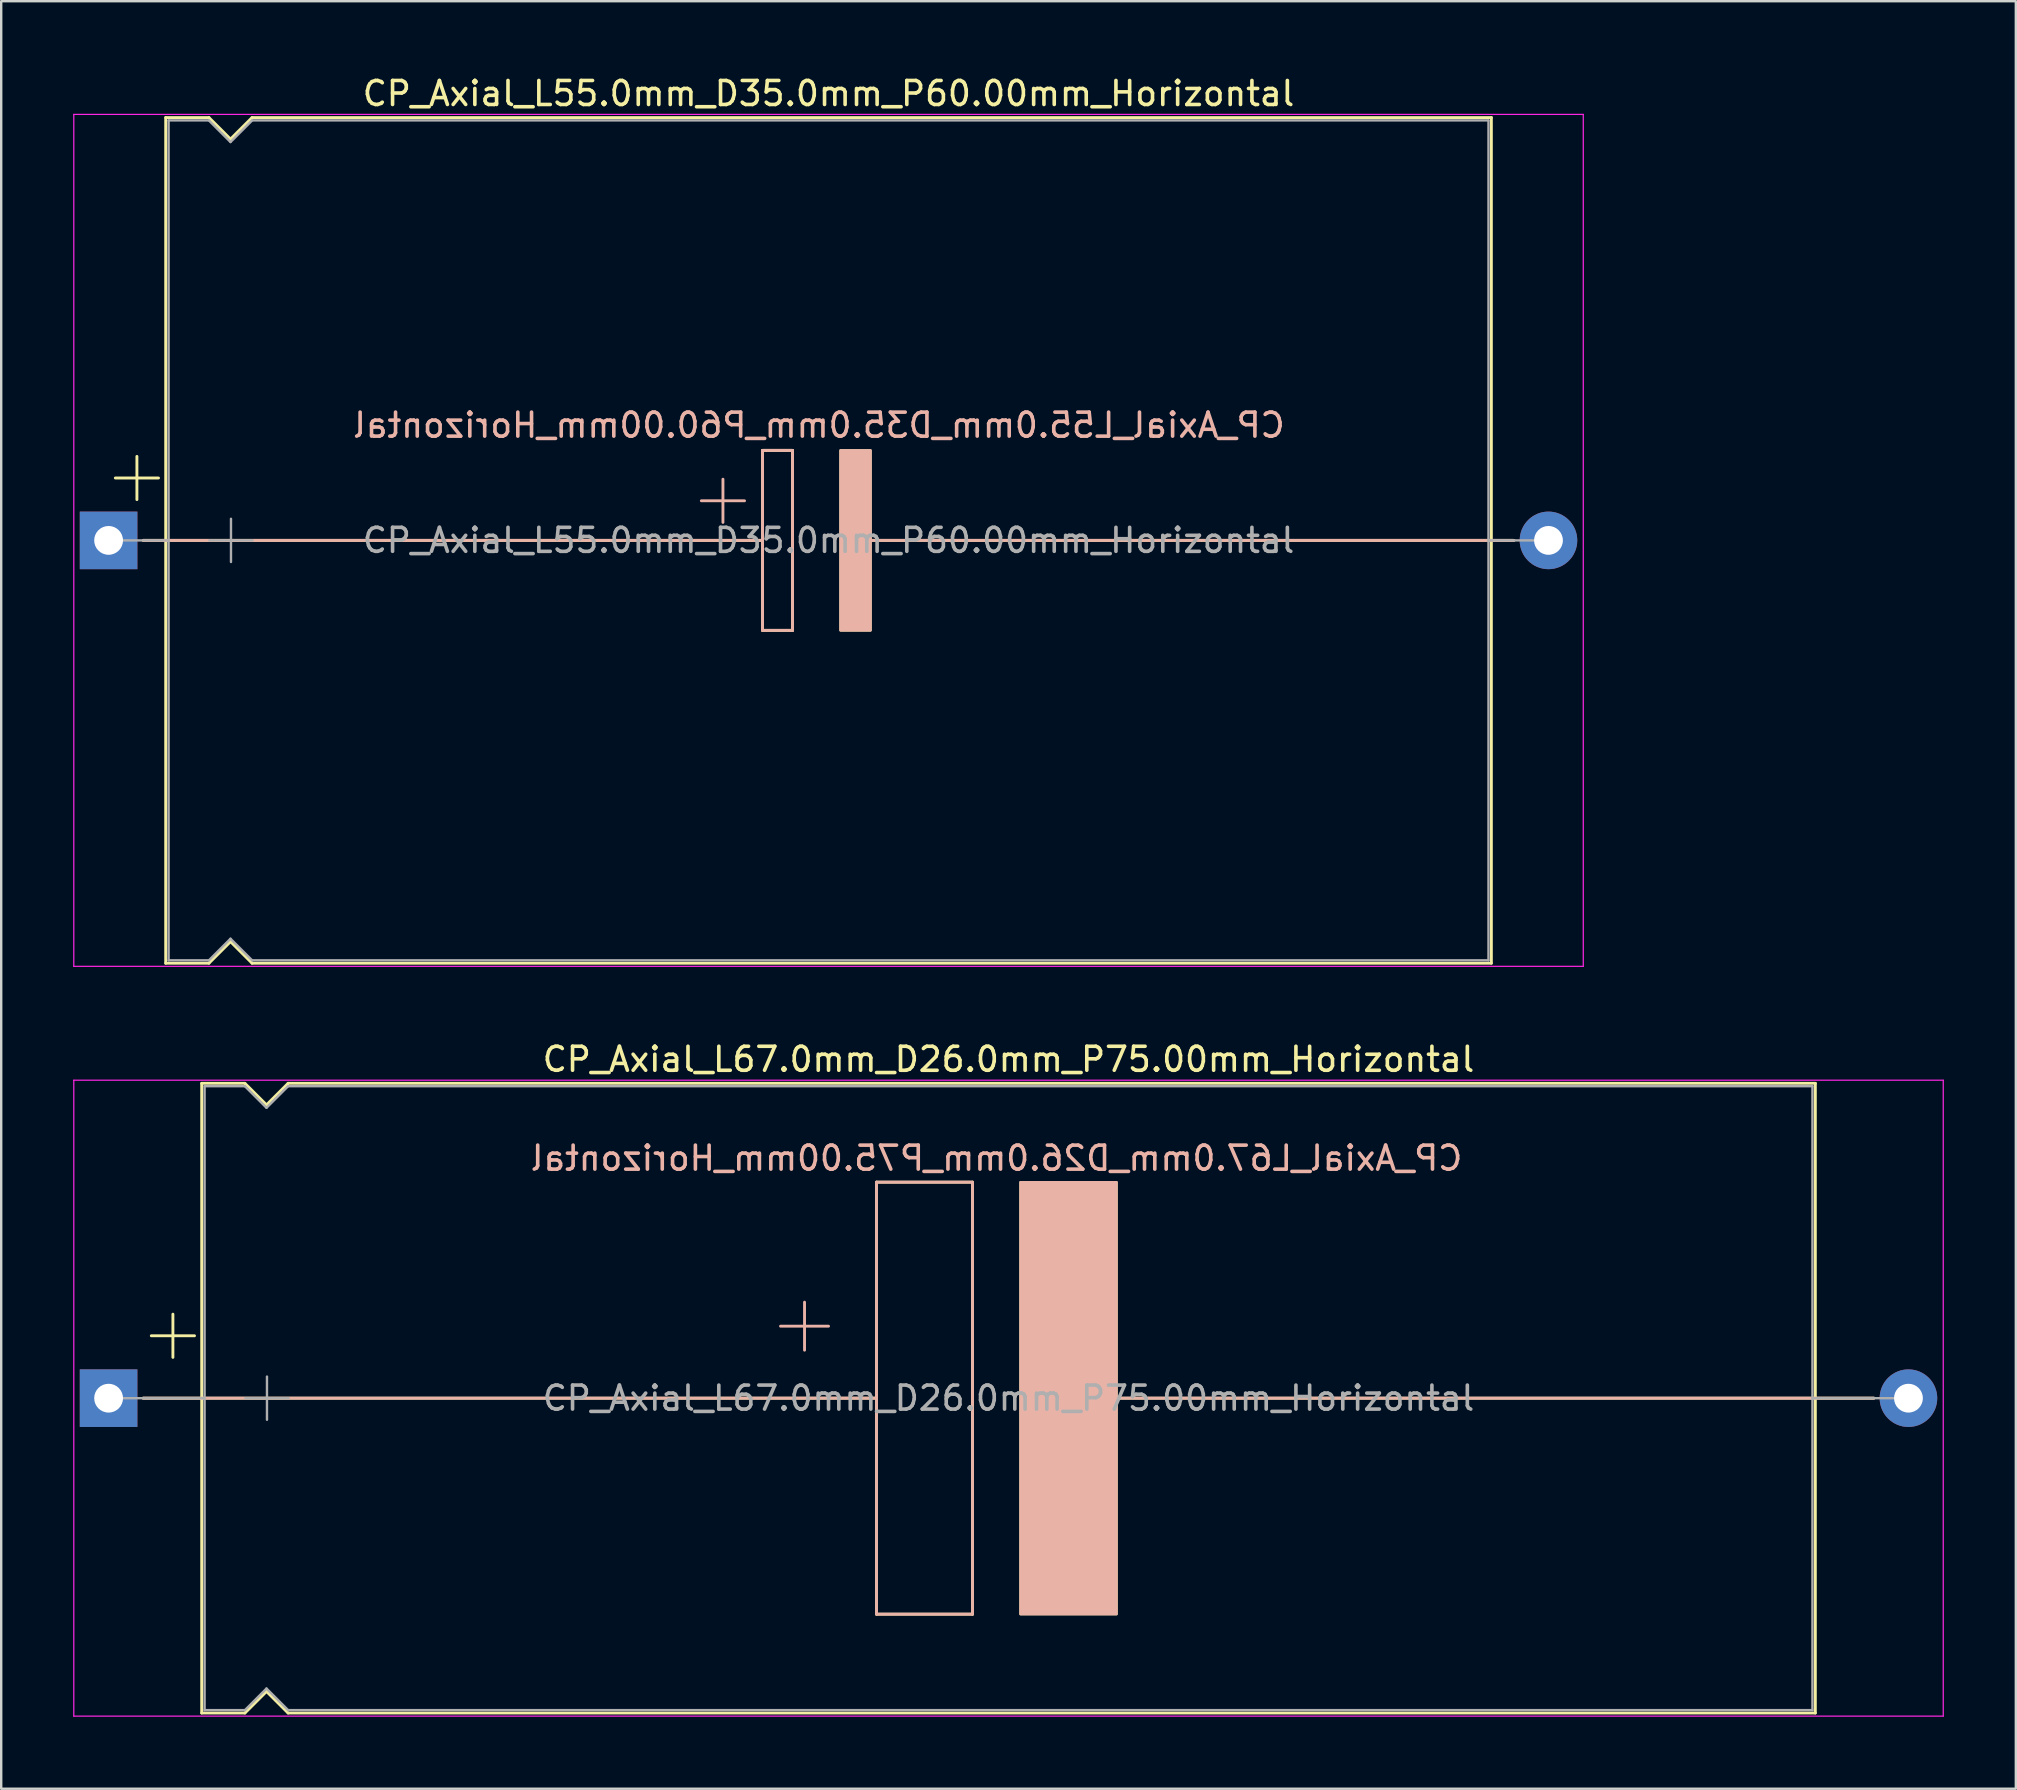
<source format=kicad_pcb>
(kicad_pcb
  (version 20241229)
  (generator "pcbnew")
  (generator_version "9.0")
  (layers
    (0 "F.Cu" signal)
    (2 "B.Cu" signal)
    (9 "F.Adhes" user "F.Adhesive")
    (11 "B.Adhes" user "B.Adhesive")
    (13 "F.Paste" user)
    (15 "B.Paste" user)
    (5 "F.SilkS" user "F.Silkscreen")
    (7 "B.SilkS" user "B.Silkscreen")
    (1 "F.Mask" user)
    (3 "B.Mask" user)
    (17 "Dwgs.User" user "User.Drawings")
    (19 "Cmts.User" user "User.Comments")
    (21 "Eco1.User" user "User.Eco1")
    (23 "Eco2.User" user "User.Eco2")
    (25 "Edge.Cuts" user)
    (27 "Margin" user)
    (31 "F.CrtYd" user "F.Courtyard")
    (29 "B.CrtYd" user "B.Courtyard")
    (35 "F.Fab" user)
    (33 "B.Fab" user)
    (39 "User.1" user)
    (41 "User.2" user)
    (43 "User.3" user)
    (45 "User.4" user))
  (footprint "CP_Axial_L67.0mm_D26.0mm_P75.00mm_Horizontal"
    (layer "F.Cu")
    (at 1.475 55.212)
    (property "Reference" "CP_Axial_L67.0mm_D26.0mm_P75.00mm_Horizontal" (at 37.5 -14.12 0) (layer "F.SilkS") (effects (font (size 1 1) (thickness 0.15))))
    (fp_line (start 1.44 0) (end 3.88 0) (stroke (width 0.12) (type solid)) (layer "F.SilkS"))
    (fp_line (start 1.78 -2.6) (end 3.58 -2.6) (stroke (width 0.12) (type solid)) (layer "F.SilkS"))
    (fp_line (start 2.68 -3.5) (end 2.68 -1.7) (stroke (width 0.12) (type solid)) (layer "F.SilkS"))
    (fp_line (start 3.88 -13.12) (end 3.88 13.12) (stroke (width 0.12) (type solid)) (layer "F.SilkS"))
    (fp_line (start 3.88 -13.12) (end 5.68 -13.12) (stroke (width 0.12) (type solid)) (layer "F.SilkS"))
    (fp_line (start 3.88 0) (end 32 0) (stroke (width 0.12) (type solid)) (layer "F.SilkS"))
    (fp_line (start 3.88 13.12) (end 5.68 13.12) (stroke (width 0.12) (type solid)) (layer "F.SilkS"))
    (fp_line (start 5.68 -13.12) (end 6.58 -12.22) (stroke (width 0.12) (type solid)) (layer "F.SilkS"))
    (fp_line (start 5.68 13.12) (end 6.58 12.22) (stroke (width 0.12) (type solid)) (layer "F.SilkS"))
    (fp_line (start 6.58 -12.22) (end 7.48 -13.12) (stroke (width 0.12) (type solid)) (layer "F.SilkS"))
    (fp_line (start 6.58 12.22) (end 7.48 13.12) (stroke (width 0.12) (type solid)) (layer "F.SilkS"))
    (fp_line (start 7.48 -13.12) (end 71.12 -13.12) (stroke (width 0.12) (type solid)) (layer "F.SilkS"))
    (fp_line (start 7.48 13.12) (end 71.12 13.12) (stroke (width 0.12) (type solid)) (layer "F.SilkS"))
    (fp_line (start 32 -9) (end 36 -9) (stroke (width 0.12) (type solid)) (layer "F.SilkS"))
    (fp_line (start 32 9) (end 32 -9) (stroke (width 0.12) (type solid)) (layer "F.SilkS"))
    (fp_line (start 36 -9) (end 36 9) (stroke (width 0.12) (type solid)) (layer "F.SilkS"))
    (fp_line (start 36 9) (end 32 9) (stroke (width 0.12) (type solid)) (layer "F.SilkS"))
    (fp_line (start 42 0) (end 71.12 0) (stroke (width 0.12) (type solid)) (layer "F.SilkS"))
    (fp_line (start 71.12 -13.12) (end 71.12 13.12) (stroke (width 0.12) (type solid)) (layer "F.SilkS"))
    (fp_line (start 73.56 0) (end 71.12 0) (stroke (width 0.12) (type solid)) (layer "F.SilkS"))
    (fp_poly (pts (xy 42 9) (xy 38 9) (xy 38 -9) (xy 42 -9)) (stroke (width 0.1) (type solid)) (fill yes) (layer "F.SilkS"))
    (fp_line (start 1.44 0) (end 3.88 0) (stroke (width 0.12) (type solid)) (layer "B.SilkS"))
    (fp_line (start 3.88 0) (end 32 0) (stroke (width 0.12) (type solid)) (layer "B.SilkS"))
    (fp_line (start 29 -2) (end 29 -4) (stroke (width 0.12) (type solid)) (layer "B.SilkS"))
    (fp_line (start 30 -3) (end 28 -3) (stroke (width 0.12) (type solid)) (layer "B.SilkS"))
    (fp_line (start 32 -9) (end 36 -9) (stroke (width 0.12) (type solid)) (layer "B.SilkS"))
    (fp_line (start 32 9) (end 32 -9) (stroke (width 0.12) (type solid)) (layer "B.SilkS"))
    (fp_line (start 36 -9) (end 36 9) (stroke (width 0.12) (type solid)) (layer "B.SilkS"))
    (fp_line (start 36 9) (end 32 9) (stroke (width 0.12) (type solid)) (layer "B.SilkS"))
    (fp_line (start 42 0) (end 71.12 0) (stroke (width 0.12) (type solid)) (layer "B.SilkS"))
    (fp_line (start 73.56 0) (end 71.12 0) (stroke (width 0.12) (type solid)) (layer "B.SilkS"))
    (fp_poly (pts (xy 42 9) (xy 38 9) (xy 38 -9) (xy 42 -9)) (stroke (width 0.1) (type solid)) (fill yes) (layer "B.SilkS"))
    (fp_line (start -1.45 -13.25) (end -1.45 13.25) (stroke (width 0.05) (type solid)) (layer "F.CrtYd"))
    (fp_line (start -1.45 13.25) (end 76.45 13.25) (stroke (width 0.05) (type solid)) (layer "F.CrtYd"))
    (fp_line (start 76.45 -13.25) (end -1.45 -13.25) (stroke (width 0.05) (type solid)) (layer "F.CrtYd"))
    (fp_line (start 76.45 13.25) (end 76.45 -13.25) (stroke (width 0.05) (type solid)) (layer "F.CrtYd"))
    (fp_line (start 0 0) (end 4 0) (stroke (width 0.1) (type solid)) (layer "F.Fab"))
    (fp_line (start 4 -13) (end 4 13) (stroke (width 0.1) (type solid)) (layer "F.Fab"))
    (fp_line (start 4 -13) (end 5.68 -13) (stroke (width 0.1) (type solid)) (layer "F.Fab"))
    (fp_line (start 4 13) (end 5.68 13) (stroke (width 0.1) (type solid)) (layer "F.Fab"))
    (fp_line (start 5.68 -13) (end 6.58 -12.1) (stroke (width 0.1) (type solid)) (layer "F.Fab"))
    (fp_line (start 5.68 13) (end 6.58 12.1) (stroke (width 0.1) (type solid)) (layer "F.Fab"))
    (fp_line (start 5.7 0) (end 7.5 0) (stroke (width 0.1) (type solid)) (layer "F.Fab"))
    (fp_line (start 6.58 -12.1) (end 7.48 -13) (stroke (width 0.1) (type solid)) (layer "F.Fab"))
    (fp_line (start 6.58 12.1) (end 7.48 13) (stroke (width 0.1) (type solid)) (layer "F.Fab"))
    (fp_line (start 6.6 -0.9) (end 6.6 0.9) (stroke (width 0.1) (type solid)) (layer "F.Fab"))
    (fp_line (start 7.48 -13) (end 71 -13) (stroke (width 0.1) (type solid)) (layer "F.Fab"))
    (fp_line (start 7.48 13) (end 71 13) (stroke (width 0.1) (type solid)) (layer "F.Fab"))
    (fp_line (start 71 -13) (end 71 13) (stroke (width 0.1) (type solid)) (layer "F.Fab"))
    (fp_line (start 75 0) (end 71 0) (stroke (width 0.1) (type solid)) (layer "F.Fab"))
    (fp_text user "${REFERENCE}" (at 37 -10 0) (layer "B.SilkS") (effects (font (size 1 1) (thickness 0.15)) (justify mirror)))
    (fp_text user "${REFERENCE}" (at 37.5 0 0) (layer "F.Fab") (effects (font (size 1 1) (thickness 0.15))))
    (pad "1" thru_hole rect (at 0 0) (size 2.4 2.4) (drill 1.2) (layers "*.Cu" "*.Mask"))
    (pad "2" thru_hole oval (at 75 0) (size 2.4 2.4) (drill 1.2) (layers "*.Cu" "*.Mask")))
  (footprint "CP_Axial_L55.0mm_D35.0mm_P60.00mm_Horizontal"
    (layer "F.Cu")
    (at 1.475 19.468)
    (property "Reference" "CP_Axial_L55.0mm_D35.0mm_P60.00mm_Horizontal" (at 30 -18.62 0) (layer "F.SilkS") (effects (font (size 1 1) (thickness 0.15))))
    (fp_line (start 0.28 -2.6) (end 2.08 -2.6) (stroke (width 0.12) (type solid)) (layer "F.SilkS"))
    (fp_line (start 1.18 -3.5) (end 1.18 -1.7) (stroke (width 0.12) (type solid)) (layer "F.SilkS"))
    (fp_line (start 1.44 0) (end 2.38 0) (stroke (width 0.12) (type solid)) (layer "F.SilkS"))
    (fp_line (start 2.38 -17.62) (end 2.38 17.62) (stroke (width 0.12) (type solid)) (layer "F.SilkS"))
    (fp_line (start 2.38 -17.62) (end 4.18 -17.62) (stroke (width 0.12) (type solid)) (layer "F.SilkS"))
    (fp_line (start 2.38 0) (end 27.25 0) (stroke (width 0.12) (type solid)) (layer "F.SilkS"))
    (fp_line (start 2.38 17.62) (end 4.18 17.62) (stroke (width 0.12) (type solid)) (layer "F.SilkS"))
    (fp_line (start 4.18 -17.62) (end 5.08 -16.72) (stroke (width 0.12) (type solid)) (layer "F.SilkS"))
    (fp_line (start 4.18 17.62) (end 5.08 16.72) (stroke (width 0.12) (type solid)) (layer "F.SilkS"))
    (fp_line (start 5.08 -16.72) (end 5.98 -17.62) (stroke (width 0.12) (type solid)) (layer "F.SilkS"))
    (fp_line (start 5.08 16.72) (end 5.98 17.62) (stroke (width 0.12) (type solid)) (layer "F.SilkS"))
    (fp_line (start 5.98 -17.62) (end 57.62 -17.62) (stroke (width 0.12) (type solid)) (layer "F.SilkS"))
    (fp_line (start 5.98 17.62) (end 57.62 17.62) (stroke (width 0.12) (type solid)) (layer "F.SilkS"))
    (fp_line (start 27.25 -3.75) (end 28.5 -3.75) (stroke (width 0.12) (type solid)) (layer "F.SilkS"))
    (fp_line (start 27.25 0) (end 27.25 -3.75) (stroke (width 0.12) (type solid)) (layer "F.SilkS"))
    (fp_line (start 27.25 3.75) (end 27.25 0) (stroke (width 0.12) (type solid)) (layer "F.SilkS"))
    (fp_line (start 28.5 -3.75) (end 28.5 3.75) (stroke (width 0.12) (type solid)) (layer "F.SilkS"))
    (fp_line (start 28.5 3.75) (end 27.25 3.75) (stroke (width 0.12) (type solid)) (layer "F.SilkS"))
    (fp_line (start 31.75 0) (end 57.62 0) (stroke (width 0.12) (type solid)) (layer "F.SilkS"))
    (fp_line (start 57.62 -17.62) (end 57.62 17.62) (stroke (width 0.12) (type solid)) (layer "F.SilkS"))
    (fp_line (start 58.56 0) (end 57.62 0) (stroke (width 0.12) (type solid)) (layer "F.SilkS"))
    (fp_poly (pts (xy 31.75 3.75) (xy 30.5 3.75) (xy 30.5 -3.75) (xy 31.75 -3.75)) (stroke (width 0.1) (type solid)) (fill yes) (layer "F.SilkS"))
    (fp_line (start 1.45 0) (end 20.38 0) (stroke (width 0.12) (type solid)) (layer "B.SilkS"))
    (fp_line (start 20.38 0) (end 27.25 0) (stroke (width 0.12) (type solid)) (layer "B.SilkS"))
    (fp_line (start 25.6 -2.55) (end 25.6 -0.75) (stroke (width 0.12) (type solid)) (layer "B.SilkS"))
    (fp_line (start 26.5 -1.65) (end 24.7 -1.65) (stroke (width 0.12) (type solid)) (layer "B.SilkS"))
    (fp_line (start 27.25 -3.75) (end 28.5 -3.75) (stroke (width 0.12) (type solid)) (layer "B.SilkS"))
    (fp_line (start 27.25 0) (end 27.25 -3.75) (stroke (width 0.12) (type solid)) (layer "B.SilkS"))
    (fp_line (start 27.25 3.75) (end 27.25 0) (stroke (width 0.12) (type solid)) (layer "B.SilkS"))
    (fp_line (start 28.5 -3.75) (end 28.5 3.75) (stroke (width 0.12) (type solid)) (layer "B.SilkS"))
    (fp_line (start 28.5 3.75) (end 27.25 3.75) (stroke (width 0.12) (type solid)) (layer "B.SilkS"))
    (fp_line (start 31.75 0) (end 38.62 0) (stroke (width 0.12) (type solid)) (layer "B.SilkS"))
    (fp_line (start 58.55 0) (end 38.62 0) (stroke (width 0.12) (type solid)) (layer "B.SilkS"))
    (fp_poly (pts (xy 31.75 3.75) (xy 30.5 3.75) (xy 30.5 -3.75) (xy 31.75 -3.75)) (stroke (width 0.1) (type solid)) (fill yes) (layer "B.SilkS"))
    (fp_line (start -1.45 -17.75) (end -1.45 17.75) (stroke (width 0.05) (type solid)) (layer "F.CrtYd"))
    (fp_line (start -1.45 17.75) (end 61.45 17.75) (stroke (width 0.05) (type solid)) (layer "F.CrtYd"))
    (fp_line (start 61.45 -17.75) (end -1.45 -17.75) (stroke (width 0.05) (type solid)) (layer "F.CrtYd"))
    (fp_line (start 61.45 17.75) (end 61.45 -17.75) (stroke (width 0.05) (type solid)) (layer "F.CrtYd"))
    (fp_line (start 0 0) (end 2.5 0) (stroke (width 0.1) (type solid)) (layer "F.Fab"))
    (fp_line (start 2.5 -17.5) (end 2.5 17.5) (stroke (width 0.1) (type solid)) (layer "F.Fab"))
    (fp_line (start 2.5 -17.5) (end 4.18 -17.5) (stroke (width 0.1) (type solid)) (layer "F.Fab"))
    (fp_line (start 2.5 17.5) (end 4.18 17.5) (stroke (width 0.1) (type solid)) (layer "F.Fab"))
    (fp_line (start 4.18 -17.5) (end 5.08 -16.6) (stroke (width 0.1) (type solid)) (layer "F.Fab"))
    (fp_line (start 4.18 17.5) (end 5.08 16.6) (stroke (width 0.1) (type solid)) (layer "F.Fab"))
    (fp_line (start 4.2 0) (end 6 0) (stroke (width 0.1) (type solid)) (layer "F.Fab"))
    (fp_line (start 5.08 -16.6) (end 5.98 -17.5) (stroke (width 0.1) (type solid)) (layer "F.Fab"))
    (fp_line (start 5.08 16.6) (end 5.98 17.5) (stroke (width 0.1) (type solid)) (layer "F.Fab"))
    (fp_line (start 5.1 -0.9) (end 5.1 0.9) (stroke (width 0.1) (type solid)) (layer "F.Fab"))
    (fp_line (start 5.98 -17.5) (end 57.5 -17.5) (stroke (width 0.1) (type solid)) (layer "F.Fab"))
    (fp_line (start 5.98 17.5) (end 57.5 17.5) (stroke (width 0.1) (type solid)) (layer "F.Fab"))
    (fp_line (start 57.5 -17.5) (end 57.5 17.5) (stroke (width 0.1) (type solid)) (layer "F.Fab"))
    (fp_line (start 60 0) (end 57.5 0) (stroke (width 0.1) (type solid)) (layer "F.Fab"))
    (fp_text user "${REFERENCE}" (at 29.6 -4.8 0) (layer "B.SilkS") (effects (font (size 1 1) (thickness 0.15)) (justify mirror)))
    (fp_text user "${REFERENCE}" (at 30 0 0) (layer "F.Fab") (effects (font (size 1 1) (thickness 0.15))))
    (pad "1" thru_hole rect (at 0 0) (size 2.4 2.4) (drill 1.2) (layers "*.Cu" "*.Mask"))
    (pad "2" thru_hole oval (at 60 0) (size 2.4 2.4) (drill 1.2) (layers "*.Cu" "*.Mask")))
  (gr_rect
    (start -3 -3)
    (end 80.95 71.487)
    (stroke (width 0.1) (type default))
    (fill no)
    (layer "Edge.Cuts")))
</source>
